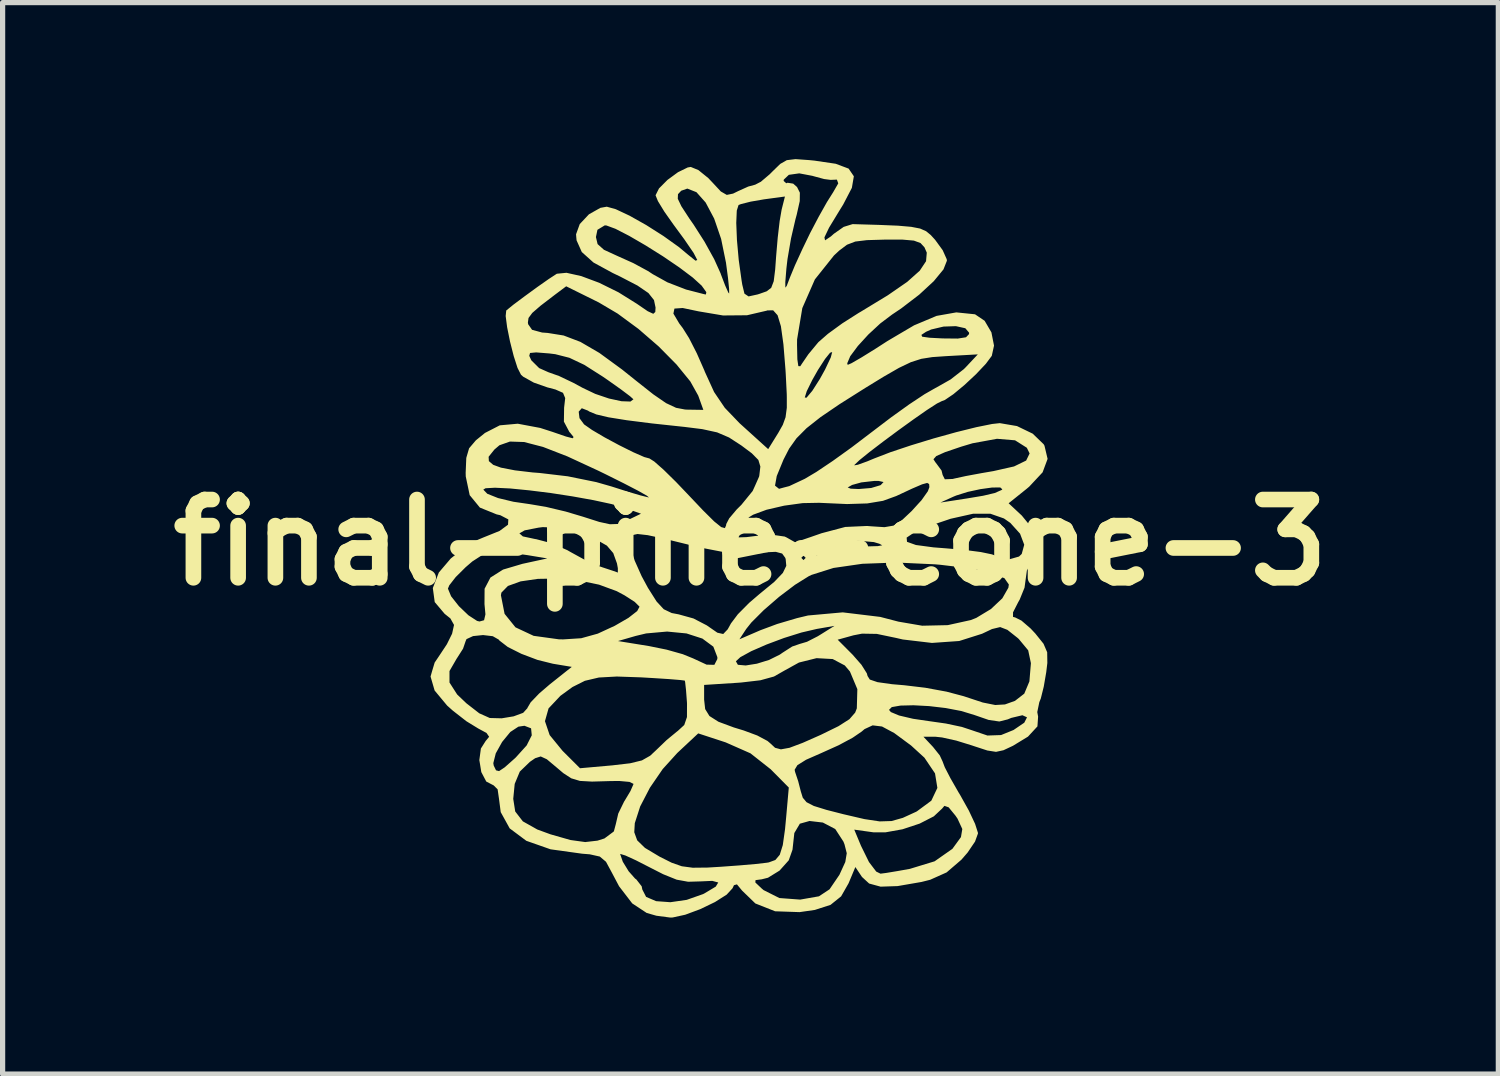
<source format=kicad_pcb>
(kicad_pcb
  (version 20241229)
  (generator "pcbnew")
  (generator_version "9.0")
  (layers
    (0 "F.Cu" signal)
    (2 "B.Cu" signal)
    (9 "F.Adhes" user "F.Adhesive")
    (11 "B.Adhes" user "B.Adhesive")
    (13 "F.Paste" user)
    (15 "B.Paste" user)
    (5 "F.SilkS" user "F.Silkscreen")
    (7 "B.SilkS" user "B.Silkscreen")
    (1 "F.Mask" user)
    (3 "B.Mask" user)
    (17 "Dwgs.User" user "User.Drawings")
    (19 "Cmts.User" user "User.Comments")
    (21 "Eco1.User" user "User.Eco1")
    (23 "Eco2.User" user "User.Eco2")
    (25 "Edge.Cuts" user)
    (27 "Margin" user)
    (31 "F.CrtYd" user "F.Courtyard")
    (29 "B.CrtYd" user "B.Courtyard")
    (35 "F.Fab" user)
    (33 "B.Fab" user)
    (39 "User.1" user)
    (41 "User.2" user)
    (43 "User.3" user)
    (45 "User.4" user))
  (footprint "final-pine-cone-3"
    (layer "F.Cu")
    (at 11.336 7.347)
    (property "Reference" "final-pine-cone-3" (at 0 0 0) (layer "F.SilkS") (effects (font (size 1.5 1.5) (thickness 0.3))))
    (attr board_only exclude_from_pos_files exclude_from_bom)
    (fp_poly (pts (xy 1.126 -7.328) (xy 1.227 -7.318) (xy 1.633 -7.258) (xy 1.881 -7.165) (xy 1.981 -7.018) (xy 1.943 -6.796) (xy 1.777 -6.477) (xy 1.696 -6.346) (xy 1.506 -6.033) (xy 1.417 -5.847) (xy 1.429 -5.79) (xy 1.542 -5.866) (xy 1.598 -5.916) (xy 1.786 -6.048) (xy 1.957 -6.101) (xy 1.958 -6.101) (xy 2.463 -6.086) (xy 2.828 -6.071) (xy 3.081 -6.049) (xy 3.251 -6.016) (xy 3.366 -5.965) (xy 3.455 -5.892) (xy 3.539 -5.8) (xy 3.684 -5.601) (xy 3.761 -5.429) (xy 3.765 -5.4) (xy 3.699 -5.233) (xy 3.513 -5.007) (xy 3.234 -4.749) (xy 2.889 -4.485) (xy 2.712 -4.366) (xy 2.488 -4.197) (xy 2.259 -3.985) (xy 2.057 -3.764) (xy 1.912 -3.569) (xy 1.854 -3.433) (xy 1.863 -3.403) (xy 1.938 -3.436) (xy 2.125 -3.544) (xy 2.391 -3.709) (xy 2.624 -3.859) (xy 2.825 -3.978) (xy 3.276 -3.978) (xy 3.291 -3.943) (xy 3.433 -3.923) (xy 3.682 -3.91) (xy 3.973 -3.907) (xy 4.131 -3.932) (xy 4.188 -3.992) (xy 4.191 -4.019) (xy 4.118 -4.105) (xy 3.937 -4.145) (xy 3.7 -4.137) (xy 3.463 -4.081) (xy 3.365 -4.037) (xy 3.276 -3.978) (xy 2.825 -3.978) (xy 3.136 -4.161) (xy 3.567 -4.342) (xy 3.945 -4.409) (xy 4.299 -4.373) (xy 4.306 -4.371) (xy 4.488 -4.248) (xy 4.618 -4.026) (xy 4.668 -3.772) (xy 4.625 -3.576) (xy 4.511 -3.423) (xy 4.323 -3.224) (xy 4.101 -3.017) (xy 3.888 -2.84) (xy 3.724 -2.729) (xy 3.669 -2.709) (xy 3.574 -2.662) (xy 3.381 -2.537) (xy 3.123 -2.357) (xy 2.832 -2.147) (xy 2.541 -1.931) (xy 2.282 -1.733) (xy 2.089 -1.577) (xy 1.994 -1.487) (xy 1.99 -1.477) (xy 2.059 -1.489) (xy 2.237 -1.553) (xy 2.335 -1.594) (xy 3.507 -1.594) (xy 3.546 -1.533) (xy 3.552 -1.527) (xy 3.662 -1.378) (xy 3.683 -1.293) (xy 3.725 -1.21) (xy 3.875 -1.216) (xy 3.916 -1.226) (xy 4.128 -1.272) (xy 4.43 -1.328) (xy 4.657 -1.367) (xy 5.052 -1.456) (xy 5.284 -1.569) (xy 5.35 -1.705) (xy 5.297 -1.814) (xy 5.071 -1.957) (xy 4.725 -1.986) (xy 4.256 -1.9) (xy 4.039 -1.835) (xy 3.73 -1.73) (xy 3.561 -1.655) (xy 3.507 -1.594) (xy 2.335 -1.594) (xy 2.374 -1.61) (xy 2.685 -1.73) (xy 3.078 -1.861) (xy 3.511 -1.993) (xy 3.943 -2.113) (xy 4.33 -2.209) (xy 4.632 -2.27) (xy 4.779 -2.286) (xy 5.108 -2.23) (xy 5.41 -2.084) (xy 5.619 -1.882) (xy 5.635 -1.854) (xy 5.695 -1.601) (xy 5.599 -1.343) (xy 5.342 -1.068) (xy 5.292 -1.026) (xy 4.948 -0.75) (xy 5.2 -0.515) (xy 5.436 -0.226) (xy 5.521 0.05) (xy 5.451 0.295) (xy 5.408 0.351) (xy 5.298 0.538) (xy 5.277 0.69) (xy 5.253 0.867) (xy 5.16 1.096) (xy 5.131 1.147) (xy 5.032 1.341) (xy 5.032 1.428) (xy 5.074 1.439) (xy 5.194 1.499) (xy 5.368 1.649) (xy 5.459 1.746) (xy 5.617 1.943) (xy 5.687 2.106) (xy 5.69 2.312) (xy 5.669 2.487) (xy 5.621 2.766) (xy 5.565 2.991) (xy 5.536 3.063) (xy 5.497 3.252) (xy 5.513 3.339) (xy 5.5 3.527) (xy 5.319 3.723) (xy 5.032 3.898) (xy 4.849 3.984) (xy 4.706 4.015) (xy 4.54 3.989) (xy 4.286 3.906) (xy 4.245 3.892) (xy 3.944 3.799) (xy 3.673 3.739) (xy 3.543 3.725) (xy 3.315 3.725) (xy 3.499 3.921) (xy 3.628 4.083) (xy 3.683 4.201) (xy 3.683 4.202) (xy 3.724 4.31) (xy 3.833 4.521) (xy 3.988 4.792) (xy 4.022 4.848) (xy 4.185 5.14) (xy 4.305 5.395) (xy 4.359 5.564) (xy 4.36 5.58) (xy 4.304 5.735) (xy 4.161 5.946) (xy 4.043 6.082) (xy 3.759 6.326) (xy 3.444 6.467) (xy 3.277 6.509) (xy 2.82 6.588) (xy 2.494 6.599) (xy 2.274 6.539) (xy 2.137 6.413) (xy 2.01 6.223) (xy 1.88 6.534) (xy 1.737 6.785) (xy 1.534 6.948) (xy 1.233 7.045) (xy 0.94 7.087) (xy 0.472 7.071) (xy 0.093 6.921) (xy -0.161 6.675) (xy -0.26 6.555) (xy -0.317 6.571) (xy -0.344 6.629) (xy -0.457 6.752) (xy -0.681 6.894) (xy -0.963 7.03) (xy -1.251 7.137) (xy -1.493 7.19) (xy -1.54 7.191) (xy -1.805 7.156) (xy -1.99 7.103) (xy -2.267 6.92) (xy -2.519 6.592) (xy -2.663 6.32) (xy -2.77 6.122) (xy -2.889 6.022) (xy -3.081 5.979) (xy -3.131 5.975) (xy -2.498 5.975) (xy -2.448 6.121) (xy -2.335 6.305) (xy -2.212 6.444) (xy -2.189 6.46) (xy -2.086 6.592) (xy -2.074 6.653) (xy -2.001 6.795) (xy -1.809 6.877) (xy -1.536 6.897) (xy -1.223 6.852) (xy -0.908 6.741) (xy -0.876 6.724) (xy -0.666 6.598) (xy -0.618 6.519) (xy 0.093 6.519) (xy 0.211 6.631) (xy 0.251 6.665) (xy 0.553 6.817) (xy 0.952 6.847) (xy 1.312 6.784) (xy 1.515 6.65) (xy 1.705 6.371) (xy 1.708 6.364) (xy 1.817 6.126) (xy 1.845 5.958) (xy 1.802 5.788) (xy 1.781 5.735) (xy 1.632 5.506) (xy 1.989 5.506) (xy 2.118 5.816) (xy 2.271 6.127) (xy 2.41 6.31) (xy 2.492 6.35) (xy 2.601 6.336) (xy 2.824 6.299) (xy 3.054 6.258) (xy 3.529 6.113) (xy 3.87 5.874) (xy 4.034 5.649) (xy 4.06 5.494) (xy 3.968 5.295) (xy 3.929 5.238) (xy 3.798 5.078) (xy 3.717 5.05) (xy 3.673 5.102) (xy 3.514 5.251) (xy 3.243 5.39) (xy 2.914 5.499) (xy 2.585 5.558) (xy 2.354 5.557) (xy 1.989 5.506) (xy 1.632 5.506) (xy 1.624 5.494) (xy 1.387 5.37) (xy 1.132 5.34) (xy 0.946 5.392) (xy 0.84 5.571) (xy 0.805 5.891) (xy 0.733 6.094) (xy 0.557 6.291) (xy 0.335 6.428) (xy 0.215 6.458) (xy 0.096 6.474) (xy 0.093 6.519) (xy -0.618 6.519) (xy -0.618 6.519) (xy -0.733 6.488) (xy -0.955 6.498) (xy -1.195 6.505) (xy -1.415 6.465) (xy -1.673 6.361) (xy -1.926 6.232) (xy -2.196 6.094) (xy -2.397 6.002) (xy -2.494 5.972) (xy -2.498 5.975) (xy -3.131 5.975) (xy -3.229 5.967) (xy -3.833 5.883) (xy -4.297 5.72) (xy -4.616 5.482) (xy -4.788 5.17) (xy -4.818 4.939) (xy -4.821 4.916) (xy -4.548 4.916) (xy -4.51 5.158) (xy -4.364 5.347) (xy -4.087 5.503) (xy -3.833 5.596) (xy -3.451 5.705) (xy -3.168 5.744) (xy -2.933 5.717) (xy -2.8 5.675) (xy -2.64 5.556) (xy -2.228 5.556) (xy -2.172 5.711) (xy -2.023 5.856) (xy -1.747 6.021) (xy -1.746 6.022) (xy -1.511 6.14) (xy -1.317 6.208) (xy -1.108 6.236) (xy -0.825 6.233) (xy -0.56 6.217) (xy -0.204 6.191) (xy 0.105 6.164) (xy 0.314 6.14) (xy 0.35 6.134) (xy 0.476 6.088) (xy 0.561 5.988) (xy 0.619 5.802) (xy 0.662 5.497) (xy 0.684 5.263) (xy 0.734 4.699) (xy 0.396 4.358) (xy 0.846 4.358) (xy 0.854 4.398) (xy 0.914 4.577) (xy 0.965 4.775) (xy 1.002 4.894) (xy 1.074 4.98) (xy 1.214 5.052) (xy 1.456 5.127) (xy 1.78 5.21) (xy 2.184 5.304) (xy 2.476 5.348) (xy 2.704 5.341) (xy 2.92 5.28) (xy 3.173 5.164) (xy 3.19 5.155) (xy 3.466 4.951) (xy 3.582 4.706) (xy 3.537 4.428) (xy 3.334 4.127) (xy 3.079 3.894) (xy 2.756 3.655) (xy 2.521 3.529) (xy 2.341 3.507) (xy 2.186 3.579) (xy 2.131 3.626) (xy 1.96 3.743) (xy 1.69 3.888) (xy 1.377 4.029) (xy 1.373 4.031) (xy 1.066 4.166) (xy 0.899 4.27) (xy 0.846 4.358) (xy 0.396 4.358) (xy 0.391 4.352) (xy -0.001 4.043) (xy -0.477 3.833) (xy -1.002 3.661) (xy -1.403 4.036) (xy -1.683 4.345) (xy -1.928 4.702) (xy -2.115 5.062) (xy -2.218 5.382) (xy -2.228 5.556) (xy -2.64 5.556) (xy -2.619 5.539) (xy -2.582 5.4) (xy -2.535 5.198) (xy -2.423 4.968) (xy -2.413 4.953) (xy -2.301 4.766) (xy -2.245 4.638) (xy -2.244 4.628) (xy -2.32 4.591) (xy -2.516 4.573) (xy -2.688 4.575) (xy -3.038 4.585) (xy -3.27 4.572) (xy -3.436 4.522) (xy -3.588 4.423) (xy -3.719 4.312) (xy -3.904 4.157) (xy -4.021 4.103) (xy -4.128 4.137) (xy -4.228 4.206) (xy -4.422 4.393) (xy -4.52 4.629) (xy -4.548 4.916) (xy -4.821 4.916) (xy -4.847 4.734) (xy -4.924 4.657) (xy -4.925 4.657) (xy -5.065 4.584) (xy -5.16 4.403) (xy -5.188 4.231) (xy -4.93 4.231) (xy -4.922 4.278) (xy -4.878 4.369) (xy -4.82 4.384) (xy -4.712 4.312) (xy -4.517 4.139) (xy -4.498 4.121) (xy -4.291 3.892) (xy -4.193 3.698) (xy -4.206 3.564) (xy -4.333 3.515) (xy -4.449 3.532) (xy -4.604 3.634) (xy -4.761 3.825) (xy -4.883 4.044) (xy -4.93 4.231) (xy -5.188 4.231) (xy -5.198 4.173) (xy -5.168 3.951) (xy -5.077 3.807) (xy -5.01 3.726) (xy -5.06 3.653) (xy -5.219 3.567) (xy -5.446 3.428) (xy -5.447 3.427) (xy -3.94 3.427) (xy -3.85 3.693) (xy -3.603 3.995) (xy -3.268 4.329) (xy -2.65 4.274) (xy -2.307 4.234) (xy -2.082 4.179) (xy -1.923 4.089) (xy -1.814 3.987) (xy -1.607 3.788) (xy -1.404 3.621) (xy -1.395 3.615) (xy -1.27 3.5) (xy -1.218 3.348) (xy -1.217 3.096) (xy -1.218 3.07) (xy -1.236 2.831) (xy -1.247 2.732) (xy -0.889 2.732) (xy -0.889 3.014) (xy -0.869 3.195) (xy -0.787 3.328) (xy -0.614 3.438) (xy -0.32 3.547) (xy -0.13 3.605) (xy 0.129 3.701) (xy 0.326 3.806) (xy 0.381 3.853) (xy 0.471 3.937) (xy 0.583 3.967) (xy 0.748 3.937) (xy 1.001 3.842) (xy 1.347 3.689) (xy 1.686 3.523) (xy 1.896 3.389) (xy 2.006 3.263) (xy 2.027 3.21) (xy 2.655 3.21) (xy 2.69 3.252) (xy 2.848 3.318) (xy 3.116 3.381) (xy 3.409 3.424) (xy 3.746 3.472) (xy 4.052 3.537) (xy 4.233 3.597) (xy 4.542 3.702) (xy 4.803 3.693) (xy 5.042 3.596) (xy 5.248 3.456) (xy 5.3 3.353) (xy 5.212 3.313) (xy 4.999 3.364) (xy 4.932 3.392) (xy 4.77 3.433) (xy 4.565 3.403) (xy 4.29 3.308) (xy 4.04 3.232) (xy 3.741 3.175) (xy 3.425 3.138) (xy 3.125 3.122) (xy 2.875 3.128) (xy 2.708 3.157) (xy 2.655 3.21) (xy 2.027 3.21) (xy 2.038 3.181) (xy 2.048 2.813) (xy 1.906 2.475) (xy 1.808 2.359) (xy 1.576 2.236) (xy 1.266 2.219) (xy 0.929 2.303) (xy 0.652 2.456) (xy 0.45 2.571) (xy 0.189 2.643) (xy -0.18 2.686) (xy -0.249 2.691) (xy -0.889 2.732) (xy -1.247 2.732) (xy -1.253 2.677) (xy -1.26 2.649) (xy -1.346 2.638) (xy -1.564 2.62) (xy -1.876 2.6) (xy -2.097 2.587) (xy -2.563 2.571) (xy -2.907 2.59) (xy -3.175 2.653) (xy -3.412 2.772) (xy -3.644 2.941) (xy -3.871 3.182) (xy -3.94 3.427) (xy -5.447 3.427) (xy -5.705 3.226) (xy -5.815 3.128) (xy -6.055 2.839) (xy -6.133 2.571) (xy -6.103 2.466) (xy -5.77 2.466) (xy -5.77 2.686) (xy -5.623 2.915) (xy -5.446 3.084) (xy -5.199 3.276) (xy -4.998 3.366) (xy -4.77 3.372) (xy -4.54 3.334) (xy -4.358 3.267) (xy -4.276 3.177) (xy -4.276 3.172) (xy -4.214 3.066) (xy -4.052 2.897) (xy -3.851 2.724) (xy -3.426 2.386) (xy -3.787 2.326) (xy -4.084 2.252) (xy -4.391 2.136) (xy -4.652 2.005) (xy -4.8 1.891) (xy -2.54 1.891) (xy -1.947 1.987) (xy -1.607 2.056) (xy -1.298 2.143) (xy -1.101 2.223) (xy -0.842 2.343) (xy -0.693 2.347) (xy -0.658 2.279) (xy -0.28 2.279) (xy -0.242 2.346) (xy -0.092 2.359) (xy 0.122 2.325) (xy 0.356 2.253) (xy 0.562 2.151) (xy 0.615 2.114) (xy 0.799 1.996) (xy 0.941 1.947) (xy 1.083 1.905) (xy 1.161 1.865) (xy 1.671 1.865) (xy 1.957 2.152) (xy 2.127 2.346) (xy 2.23 2.51) (xy 2.244 2.561) (xy 2.287 2.629) (xy 2.435 2.679) (xy 2.712 2.718) (xy 2.946 2.738) (xy 3.35 2.786) (xy 3.758 2.861) (xy 4.086 2.948) (xy 4.11 2.956) (xy 4.452 3.069) (xy 4.691 3.117) (xy 4.878 3.106) (xy 5.065 3.039) (xy 5.069 3.038) (xy 5.248 2.899) (xy 5.346 2.665) (xy 5.375 2.315) (xy 5.323 2.069) (xy 5.142 1.851) (xy 5.116 1.828) (xy 4.924 1.676) (xy 4.786 1.623) (xy 4.629 1.661) (xy 4.439 1.751) (xy 4.001 1.89) (xy 3.478 1.927) (xy 2.92 1.861) (xy 2.79 1.831) (xy 2.421 1.754) (xy 2.139 1.749) (xy 1.974 1.781) (xy 1.671 1.865) (xy 1.161 1.865) (xy 1.288 1.8) (xy 1.331 1.774) (xy 1.609 1.6) (xy 1.27 1.659) (xy 0.978 1.727) (xy 0.643 1.832) (xy 0.309 1.957) (xy 0.015 2.085) (xy -0.195 2.2) (xy -0.28 2.279) (xy -0.658 2.279) (xy -0.636 2.236) (xy -0.635 2.2) (xy -0.712 1.999) (xy -0.904 1.857) (xy -0.212 1.857) (xy 0.191 1.683) (xy 0.511 1.564) (xy 0.89 1.452) (xy 1.102 1.401) (xy 1.768 1.341) (xy 2.486 1.428) (xy 2.836 1.519) (xy 3.291 1.597) (xy 3.781 1.586) (xy 4.225 1.488) (xy 4.328 1.447) (xy 4.608 1.278) (xy 4.827 1.072) (xy 4.943 0.869) (xy 4.952 0.807) (xy 4.868 0.687) (xy 4.618 0.584) (xy 4.207 0.497) (xy 3.638 0.429) (xy 3.532 0.42) (xy 2.799 0.386) (xy 2.143 0.41) (xy 1.59 0.49) (xy 1.169 0.623) (xy 1.117 0.648) (xy 0.854 0.812) (xy 0.549 1.043) (xy 0.253 1.299) (xy 0.016 1.536) (xy -0.082 1.659) (xy -0.212 1.857) (xy -0.904 1.857) (xy -0.921 1.844) (xy -1.227 1.745) (xy -1.599 1.709) (xy -2.001 1.745) (xy -2.201 1.793) (xy -2.54 1.891) (xy -4.8 1.891) (xy -4.812 1.882) (xy -4.825 1.864) (xy -4.94 1.798) (xy -5.127 1.776) (xy -5.318 1.796) (xy -5.444 1.854) (xy -5.461 1.894) (xy -5.51 2.037) (xy -5.628 2.222) (xy -5.63 2.224) (xy -5.77 2.466) (xy -6.103 2.466) (xy -6.054 2.303) (xy -5.971 2.18) (xy -5.82 1.952) (xy -5.72 1.75) (xy -5.683 1.582) (xy -5.753 1.457) (xy -5.863 1.369) (xy -6.053 1.144) (xy -6.088 0.886) (xy -5.8 0.886) (xy -5.739 1.033) (xy -5.59 1.222) (xy -5.407 1.397) (xy -5.241 1.505) (xy -5.194 1.516) (xy -5.107 1.492) (xy -5.081 1.379) (xy -5.099 1.183) (xy -5.098 1.014) (xy -4.784 1.014) (xy -4.714 1.369) (xy -4.505 1.628) (xy -4.157 1.791) (xy -3.671 1.858) (xy -3.589 1.859) (xy -3.245 1.837) (xy -2.928 1.749) (xy -2.601 1.598) (xy -2.34 1.447) (xy -2.172 1.316) (xy -2.127 1.232) (xy -2.22 1.14) (xy -2.416 1.014) (xy -2.564 0.935) (xy -2.903 0.81) (xy -3.289 0.73) (xy -3.692 0.693) (xy -4.075 0.699) (xy -4.406 0.747) (xy -4.65 0.835) (xy -4.775 0.963) (xy -4.784 1.014) (xy -5.098 1.014) (xy -5.097 0.888) (xy -4.985 0.674) (xy -4.743 0.521) (xy -4.372 0.411) (xy -3.895 0.307) (xy -4.276 0.244) (xy -4.661 0.19) (xy -4.933 0.186) (xy -5.14 0.241) (xy -5.332 0.365) (xy -5.461 0.476) (xy -5.651 0.665) (xy -5.774 0.823) (xy -5.8 0.886) (xy -6.088 0.886) (xy -6.089 0.874) (xy -5.974 0.577) (xy -5.745 0.308) (xy -5.492 0.108) (xy -5.227 -0.05) (xy -5.122 -0.094) (xy -4.926 -0.173) (xy -4.43 -0.173) (xy -4.364 -0.115) (xy -4.131 -0.065) (xy -4.109 -0.062) (xy -3.813 0.016) (xy -3.509 0.15) (xy -3.454 0.182) (xy -3.175 0.335) (xy -2.889 0.46) (xy -2.838 0.478) (xy -2.641 0.543) (xy -2.533 0.581) (xy -2.527 0.584) (xy -2.534 0.521) (xy -2.56 0.402) (xy -2.631 0.205) (xy -2.753 0.062) (xy -2.968 -0.061) (xy -2.977 -0.065) (xy -2.313 -0.065) (xy -2.304 0.058) (xy -2.293 0.119) (xy -2.22 0.349) (xy -2.087 0.647) (xy -1.966 0.871) (xy -1.8 1.133) (xy -1.663 1.281) (xy -1.51 1.354) (xy -1.378 1.379) (xy -1.093 1.458) (xy -0.837 1.591) (xy -0.827 1.598) (xy -0.635 1.731) (xy -0.523 1.756) (xy -0.437 1.666) (xy -0.374 1.552) (xy -0.243 1.378) (xy -0.027 1.16) (xy 0.169 0.992) (xy 0.455 0.757) (xy 0.62 0.585) (xy 0.686 0.449) (xy 0.674 0.319) (xy 0.666 0.296) (xy 0.974 0.296) (xy 1.016 0.339) (xy 1.058 0.296) (xy 1.016 0.254) (xy 0.974 0.296) (xy 0.666 0.296) (xy 0.665 0.294) (xy 0.606 0.213) (xy 0.6 0.212) (xy 1.228 0.212) (xy 1.27 0.254) (xy 1.312 0.212) (xy 1.27 0.169) (xy 1.228 0.212) (xy 0.6 0.212) (xy 0.484 0.181) (xy 0.255 0.191) (xy 0.135 0.203) (xy -0.172 0.217) (xy -0.512 0.186) (xy -0.786 0.133) (xy 1.514 0.133) (xy 1.566 0.127) (xy 1.778 0.101) (xy 2.069 0.082) (xy 2.201 0.078) (xy 2.44 0.071) (xy 2.525 0.056) (xy 2.471 0.026) (xy 2.364 -0.006) (xy 2.059 -0.033) (xy 1.729 0.043) (xy 1.556 0.106) (xy 1.514 0.133) (xy -0.786 0.133) (xy -0.934 0.104) (xy -1.185 0.044) (xy -1.645 -0.069) (xy -1.958 -0.136) (xy -0.264 -0.136) (xy -0.226 -0.096) (xy -0.078 -0.101) (xy 0.114 -0.125) (xy 0.428 -0.145) (xy 0.655 -0.112) (xy 0.693 -0.094) (xy 0.82 -0.022) (xy 0.855 -0.003) (xy 0.932 -0.027) (xy 1.121 -0.092) (xy 2.993 -0.092) (xy 3 -0.011) (xy 3.171 0.05) (xy 3.507 0.095) (xy 3.737 0.113) (xy 4.102 0.144) (xy 4.415 0.185) (xy 4.627 0.229) (xy 4.682 0.249) (xy 4.937 0.331) (xy 5.147 0.271) (xy 5.199 0.221) (xy 5.247 0.045) (xy 5.167 -0.167) (xy 4.98 -0.374) (xy 4.858 -0.459) (xy 4.597 -0.55) (xy 4.265 -0.549) (xy 3.836 -0.453) (xy 3.458 -0.325) (xy 3.146 -0.195) (xy 2.993 -0.092) (xy 1.121 -0.092) (xy 1.125 -0.093) (xy 1.363 -0.176) (xy 1.816 -0.296) (xy 2.235 -0.315) (xy 2.307 -0.309) (xy 2.568 -0.292) (xy 2.744 -0.322) (xy 2.902 -0.425) (xy 3.09 -0.602) (xy 3.237 -0.764) (xy 3.641 -0.764) (xy 3.895 -0.803) (xy 4.159 -0.844) (xy 4.452 -0.893) (xy 4.467 -0.896) (xy 4.683 -0.947) (xy 4.816 -1.006) (xy 4.827 -1.018) (xy 4.788 -1.053) (xy 4.632 -1.052) (xy 4.408 -1.021) (xy 4.163 -0.968) (xy 3.944 -0.899) (xy 3.895 -0.879) (xy 3.641 -0.764) (xy 3.237 -0.764) (xy 3.277 -0.807) (xy 3.4 -0.981) (xy 3.429 -1.059) (xy 3.424 -1.119) (xy 3.387 -1.14) (xy 3.289 -1.113) (xy 3.098 -1.031) (xy 2.794 -0.889) (xy 2.54 -0.797) (xy 2.239 -0.747) (xy 1.851 -0.735) (xy 1.338 -0.758) (xy 1.312 -0.759) (xy 1 -0.753) (xy 0.645 -0.704) (xy 0.308 -0.626) (xy 0.051 -0.531) (xy -0.026 -0.484) (xy -0.157 -0.336) (xy -0.224 -0.231) (xy -0.264 -0.136) (xy -1.958 -0.136) (xy -1.964 -0.138) (xy -2.166 -0.161) (xy -2.275 -0.137) (xy -2.313 -0.065) (xy -2.977 -0.065) (xy -3.224 -0.165) (xy -3.625 -0.279) (xy -3.982 -0.293) (xy -4.063 -0.283) (xy -4.329 -0.231) (xy -4.43 -0.173) (xy -4.926 -0.173) (xy -4.81 -0.22) (xy -4.648 -0.339) (xy -4.642 -0.441) (xy -4.796 -0.521) (xy -4.866 -0.537) (xy -5.187 -0.667) (xy -5.383 -0.906) (xy -5.405 -1.012) (xy -5.122 -1.012) (xy -5.045 -0.932) (xy -4.839 -0.85) (xy -4.544 -0.779) (xy -4.229 -0.733) (xy -3.921 -0.681) (xy -3.542 -0.591) (xy -3.213 -0.493) (xy -2.9 -0.393) (xy -2.695 -0.348) (xy -2.546 -0.353) (xy -2.401 -0.405) (xy -2.362 -0.423) (xy -2.099 -0.55) (xy -2.404 -0.659) (xy -2.664 -0.735) (xy -3.011 -0.81) (xy -3.411 -0.882) (xy -3.833 -0.947) (xy -4.243 -0.998) (xy -4.609 -1.034) (xy -4.898 -1.048) (xy -5.079 -1.038) (xy -5.122 -1.012) (xy -5.405 -1.012) (xy -5.458 -1.263) (xy -5.46 -1.333) (xy -5.448 -1.619) (xy -5.442 -1.641) (xy -5.02 -1.641) (xy -5.015 -1.558) (xy -4.932 -1.487) (xy -4.784 -1.433) (xy -4.515 -1.381) (xy -4.176 -1.341) (xy -4.044 -1.331) (xy -3.503 -1.267) (xy -2.957 -1.156) (xy -2.667 -1.073) (xy -2.357 -0.974) (xy -2.106 -0.9) (xy -1.961 -0.864) (xy -1.947 -0.862) (xy -1.988 -0.896) (xy -2.156 -0.991) (xy -2.428 -1.132) (xy -2.779 -1.307) (xy -2.921 -1.376) (xy -3.511 -1.649) (xy -3.977 -1.83) (xy -4.339 -1.924) (xy -4.611 -1.933) (xy -4.813 -1.862) (xy -4.91 -1.779) (xy -5.02 -1.641) (xy -5.442 -1.641) (xy -5.394 -1.804) (xy -5.264 -1.957) (xy -5.09 -2.098) (xy -4.806 -2.244) (xy -4.461 -2.275) (xy -4.03 -2.194) (xy -3.797 -2.119) (xy -3.536 -2.029) (xy -3.409 -1.996) (xy -3.391 -2.019) (xy -3.454 -2.098) (xy -3.472 -2.117) (xy -3.577 -2.315) (xy -3.574 -2.506) (xy -3.293 -2.506) (xy -3.278 -2.381) (xy -3.19 -2.262) (xy -3.037 -2.155) (xy -2.796 -2.013) (xy -2.517 -1.863) (xy -2.248 -1.729) (xy -2.036 -1.636) (xy -1.937 -1.609) (xy -1.844 -1.55) (xy -1.665 -1.392) (xy -1.428 -1.159) (xy -1.218 -0.939) (xy -0.909 -0.613) (xy -0.695 -0.401) (xy -0.561 -0.293) (xy -0.49 -0.274) (xy -0.466 -0.332) (xy -0.466 -0.35) (xy -0.408 -0.461) (xy -0.264 -0.632) (xy -0.175 -0.72) (xy 0.041 -0.985) (xy 0.088 -1.088) (xy 0.47 -1.088) (xy 0.547 -1.027) (xy 0.642 -1.053) (xy 1.863 -1.053) (xy 1.92 -1.03) (xy 2.074 -1.023) (xy 2.313 -1.043) (xy 2.49 -1.096) (xy 2.498 -1.101) (xy 2.55 -1.157) (xy 2.457 -1.178) (xy 2.371 -1.178) (xy 2.124 -1.15) (xy 1.947 -1.101) (xy 1.863 -1.053) (xy 0.642 -1.053) (xy 0.743 -1.079) (xy 1.041 -1.219) (xy 1.263 -1.351) (xy 1.576 -1.561) (xy 1.938 -1.821) (xy 2.31 -2.104) (xy 2.33 -2.119) (xy 2.693 -2.395) (xy 3.041 -2.645) (xy 3.337 -2.841) (xy 3.543 -2.959) (xy 3.556 -2.965) (xy 3.835 -3.123) (xy 4.089 -3.321) (xy 4.126 -3.358) (xy 4.357 -3.604) (xy 3.745 -3.57) (xy 3.485 -3.552) (xy 3.275 -3.519) (xy 3.075 -3.455) (xy 2.847 -3.346) (xy 2.55 -3.175) (xy 2.199 -2.96) (xy 1.708 -2.65) (xy 1.341 -2.4) (xy 1.074 -2.189) (xy 0.882 -1.996) (xy 0.741 -1.798) (xy 0.633 -1.588) (xy 0.503 -1.272) (xy 0.47 -1.088) (xy 0.088 -1.088) (xy 0.164 -1.26) (xy 0.169 -1.282) (xy 0.189 -1.454) (xy 0.151 -1.58) (xy 0.025 -1.708) (xy -0.174 -1.857) (xy -0.411 -2.011) (xy -0.64 -2.109) (xy -0.923 -2.171) (xy -1.259 -2.213) (xy -1.892 -2.281) (xy -2.373 -2.342) (xy -2.722 -2.398) (xy -2.955 -2.453) (xy -3.091 -2.509) (xy -3.116 -2.526) (xy -3.234 -2.572) (xy -3.293 -2.506) (xy -3.574 -2.506) (xy -3.573 -2.581) (xy -3.552 -2.766) (xy -3.594 -2.867) (xy -3.739 -2.931) (xy -3.895 -2.972) (xy -4.154 -3.063) (xy -4.358 -3.177) (xy -4.4 -3.215) (xy -4.466 -3.345) (xy -4.54 -3.575) (xy -4.54 -3.576) (xy -4.241 -3.576) (xy -4.201 -3.49) (xy -4.051 -3.341) (xy -3.874 -3.262) (xy -3.669 -3.189) (xy -3.396 -3.059) (xy -3.217 -2.962) (xy -2.976 -2.847) (xy -2.713 -2.758) (xy -2.472 -2.706) (xy -2.301 -2.7) (xy -2.244 -2.743) (xy -2.309 -2.802) (xy -2.482 -2.932) (xy -2.73 -3.108) (xy -2.832 -3.178) (xy -3.187 -3.404) (xy -3.472 -3.539) (xy -3.743 -3.608) (xy -3.857 -3.622) (xy -4.109 -3.642) (xy -4.226 -3.631) (xy -4.241 -3.576) (xy -4.54 -3.576) (xy -4.61 -3.852) (xy -4.665 -4.124) (xy -4.677 -4.216) (xy -4.267 -4.216) (xy -4.262 -4.182) (xy -4.187 -4.075) (xy -3.995 -4.023) (xy -3.887 -4.015) (xy -3.582 -3.966) (xy -3.261 -3.844) (xy -2.897 -3.632) (xy -2.463 -3.315) (xy -2.197 -3.102) (xy -1.863 -2.838) (xy -1.619 -2.67) (xy -1.427 -2.58) (xy -1.255 -2.547) (xy -1.214 -2.545) (xy -0.904 -2.54) (xy -1.002 -2.814) (xy -1.154 -3.086) (xy -1.419 -3.411) (xy -1.761 -3.757) (xy -2.149 -4.093) (xy -2.547 -4.386) (xy -2.909 -4.6) (xy -3.533 -4.909) (xy -3.756 -4.742) (xy -4.025 -4.536) (xy -4.183 -4.399) (xy -4.255 -4.302) (xy -4.267 -4.216) (xy -4.677 -4.216) (xy -4.693 -4.339) (xy -4.682 -4.446) (xy -4.681 -4.446) (xy -4.546 -4.556) (xy -4.329 -4.718) (xy -4.085 -4.896) (xy -3.864 -5.051) (xy -3.72 -5.145) (xy -3.711 -5.15) (xy -3.528 -5.168) (xy -3.245 -5.105) (xy -2.899 -4.976) (xy -2.531 -4.794) (xy -2.18 -4.575) (xy -1.971 -4.432) (xy -1.864 -4.382) (xy -1.859 -4.386) (xy -1.478 -4.386) (xy -1.366 -4.197) (xy -1.3 -4.11) (xy -1.178 -3.916) (xy -1.029 -3.624) (xy -0.884 -3.295) (xy -0.876 -3.273) (xy -0.698 -2.883) (xy -0.493 -2.58) (xy -0.208 -2.283) (xy -0.147 -2.228) (xy 0.339 -1.788) (xy 0.533 -2.101) (xy 0.619 -2.253) (xy 0.672 -2.399) (xy 0.696 -2.581) (xy 0.696 -2.777) (xy 1.04 -2.777) (xy 1.074 -2.774) (xy 1.184 -2.905) (xy 1.329 -3.132) (xy 1.43 -3.315) (xy 1.539 -3.546) (xy 1.566 -3.649) (xy 1.525 -3.635) (xy 1.429 -3.516) (xy 1.292 -3.304) (xy 1.184 -3.113) (xy 1.078 -2.898) (xy 1.04 -2.777) (xy 0.696 -2.777) (xy 0.695 -2.841) (xy 0.676 -3.22) (xy 0.671 -3.302) (xy 0.632 -3.786) (xy 0.892 -3.786) (xy 0.898 -3.509) (xy 0.917 -3.379) (xy 0.954 -3.377) (xy 0.988 -3.429) (xy 1.108 -3.605) (xy 1.28 -3.813) (xy 1.302 -3.839) (xy 1.484 -3.998) (xy 1.76 -4.199) (xy 2.074 -4.399) (xy 2.117 -4.424) (xy 2.632 -4.737) (xy 3.004 -4.994) (xy 3.244 -5.208) (xy 3.365 -5.39) (xy 3.379 -5.554) (xy 3.334 -5.657) (xy 3.259 -5.738) (xy 3.132 -5.785) (xy 2.914 -5.804) (xy 2.572 -5.804) (xy 2.232 -5.794) (xy 2.009 -5.767) (xy 1.85 -5.706) (xy 1.702 -5.595) (xy 1.6 -5.5) (xy 1.234 -5.041) (xy 0.993 -4.491) (xy 0.893 -3.891) (xy 0.892 -3.786) (xy 0.632 -3.786) (xy 0.631 -3.798) (xy 0.583 -4.143) (xy 0.519 -4.354) (xy 0.434 -4.449) (xy 0.323 -4.447) (xy 0.311 -4.442) (xy -0.067 -4.354) (xy -0.527 -4.35) (xy -0.995 -4.429) (xy -1.3 -4.493) (xy -1.458 -4.482) (xy -1.478 -4.386) (xy -1.859 -4.386) (xy -1.825 -4.417) (xy -1.82 -4.501) (xy -1.85 -4.645) (xy -1.957 -4.78) (xy -2.166 -4.923) (xy -2.501 -5.097) (xy -2.639 -5.163) (xy -3.01 -5.365) (xy -3.234 -5.566) (xy -3.334 -5.79) (xy -3.34 -5.853) (xy -2.963 -5.853) (xy -2.931 -5.718) (xy -2.809 -5.609) (xy -2.561 -5.495) (xy -2.548 -5.489) (xy -2.247 -5.354) (xy -1.966 -5.202) (xy -1.871 -5.14) (xy -1.592 -4.985) (xy -1.235 -4.847) (xy -0.889 -4.758) (xy -0.855 -4.752) (xy -0.847 -4.797) (xy -0.936 -4.921) (xy -0.939 -4.924) (xy -1.107 -5.077) (xy -1.365 -5.271) (xy -1.678 -5.484) (xy -2.011 -5.693) (xy -2.326 -5.876) (xy -2.588 -6.011) (xy -2.762 -6.075) (xy -2.794 -6.077) (xy -2.934 -5.992) (xy -2.963 -5.853) (xy -3.34 -5.853) (xy -3.344 -5.906) (xy -3.273 -6.102) (xy -3.097 -6.289) (xy -2.877 -6.413) (xy -2.755 -6.435) (xy -2.583 -6.387) (xy -2.317 -6.262) (xy -1.999 -6.083) (xy -1.67 -5.874) (xy -1.372 -5.661) (xy -1.196 -5.514) (xy -1.054 -5.4) (xy -1.02 -5.413) (xy -1.092 -5.551) (xy -1.27 -5.811) (xy -1.475 -6.09) (xy -1.65 -6.338) (xy -1.774 -6.541) (xy -1.793 -6.587) (xy -1.394 -6.587) (xy -1.325 -6.443) (xy -1.172 -6.208) (xy -1.091 -6.092) (xy -0.882 -5.765) (xy -0.696 -5.429) (xy -0.572 -5.154) (xy -0.571 -5.148) (xy -0.486 -4.925) (xy -0.426 -4.79) (xy -0.409 -4.77) (xy -0.41 -4.857) (xy -0.431 -5.067) (xy -0.469 -5.354) (xy -0.47 -5.362) (xy -0.563 -5.817) (xy -0.668 -6.124) (xy -0.273 -6.124) (xy -0.26 -5.797) (xy -0.226 -5.417) (xy -0.171 -5.022) (xy -0.158 -4.942) (xy -0.116 -4.768) (xy -0.037 -4.715) (xy 0.136 -4.753) (xy 0.168 -4.763) (xy 0.31 -4.813) (xy 0.397 -4.88) (xy 0.445 -5.006) (xy 0.473 -5.23) (xy 0.492 -5.494) (xy 0.522 -5.844) (xy 0.559 -6.16) (xy 0.596 -6.375) (xy 0.598 -6.384) (xy 0.66 -6.63) (xy 0.259 -6.576) (xy 0.004 -6.532) (xy -0.183 -6.485) (xy -0.229 -6.467) (xy -0.263 -6.36) (xy -0.273 -6.124) (xy -0.668 -6.124) (xy -0.697 -6.208) (xy -0.86 -6.515) (xy -1.036 -6.713) (xy -1.211 -6.782) (xy -1.328 -6.741) (xy -1.39 -6.675) (xy -1.394 -6.587) (xy -1.793 -6.587) (xy -1.82 -6.654) (xy -1.754 -6.785) (xy -1.592 -6.948) (xy -1.39 -7.096) (xy -1.204 -7.187) (xy -1.145 -7.197) (xy -0.999 -7.137) (xy -0.811 -6.985) (xy -0.733 -6.903) (xy -0.569 -6.727) (xy -0.455 -6.661) (xy -0.334 -6.686) (xy -0.238 -6.733) (xy -0.043 -6.821) (xy 0.09 -6.857) (xy 0.2 -6.914) (xy 0.217 -6.929) (xy 0.635 -6.929) (xy 0.686 -6.884) (xy 0.71 -6.894) (xy 0.818 -6.877) (xy 0.892 -6.812) (xy 0.946 -6.704) (xy 0.944 -6.542) (xy 0.885 -6.279) (xy 0.863 -6.199) (xy 0.777 -5.828) (xy 0.709 -5.43) (xy 0.688 -5.249) (xy 0.667 -4.989) (xy 0.668 -4.883) (xy 0.694 -4.916) (xy 0.754 -5.073) (xy 0.757 -5.081) (xy 0.852 -5.311) (xy 0.994 -5.621) (xy 1.142 -5.928) (xy 1.306 -6.24) (xy 1.465 -6.523) (xy 1.583 -6.71) (xy 1.682 -6.882) (xy 1.656 -6.954) (xy 1.535 -6.949) (xy 1.411 -6.965) (xy 1.208 -7.02) (xy 1.188 -7.026) (xy 0.935 -7.074) (xy 0.735 -7.046) (xy 0.638 -6.954) (xy 0.635 -6.929) (xy 0.217 -6.929) (xy 0.367 -7.056) (xy 0.428 -7.117) (xy 0.57 -7.255) (xy 0.696 -7.327) (xy 0.863 -7.347)) (stroke (width 0) (type solid)) (fill yes) (layer "F.SilkS")))
  (gr_rect
    (start -3 -3)
    (end 25.671 17.538)
    (stroke (width 0.1) (type default))
    (fill no)
    (layer "Edge.Cuts")))
</source>
